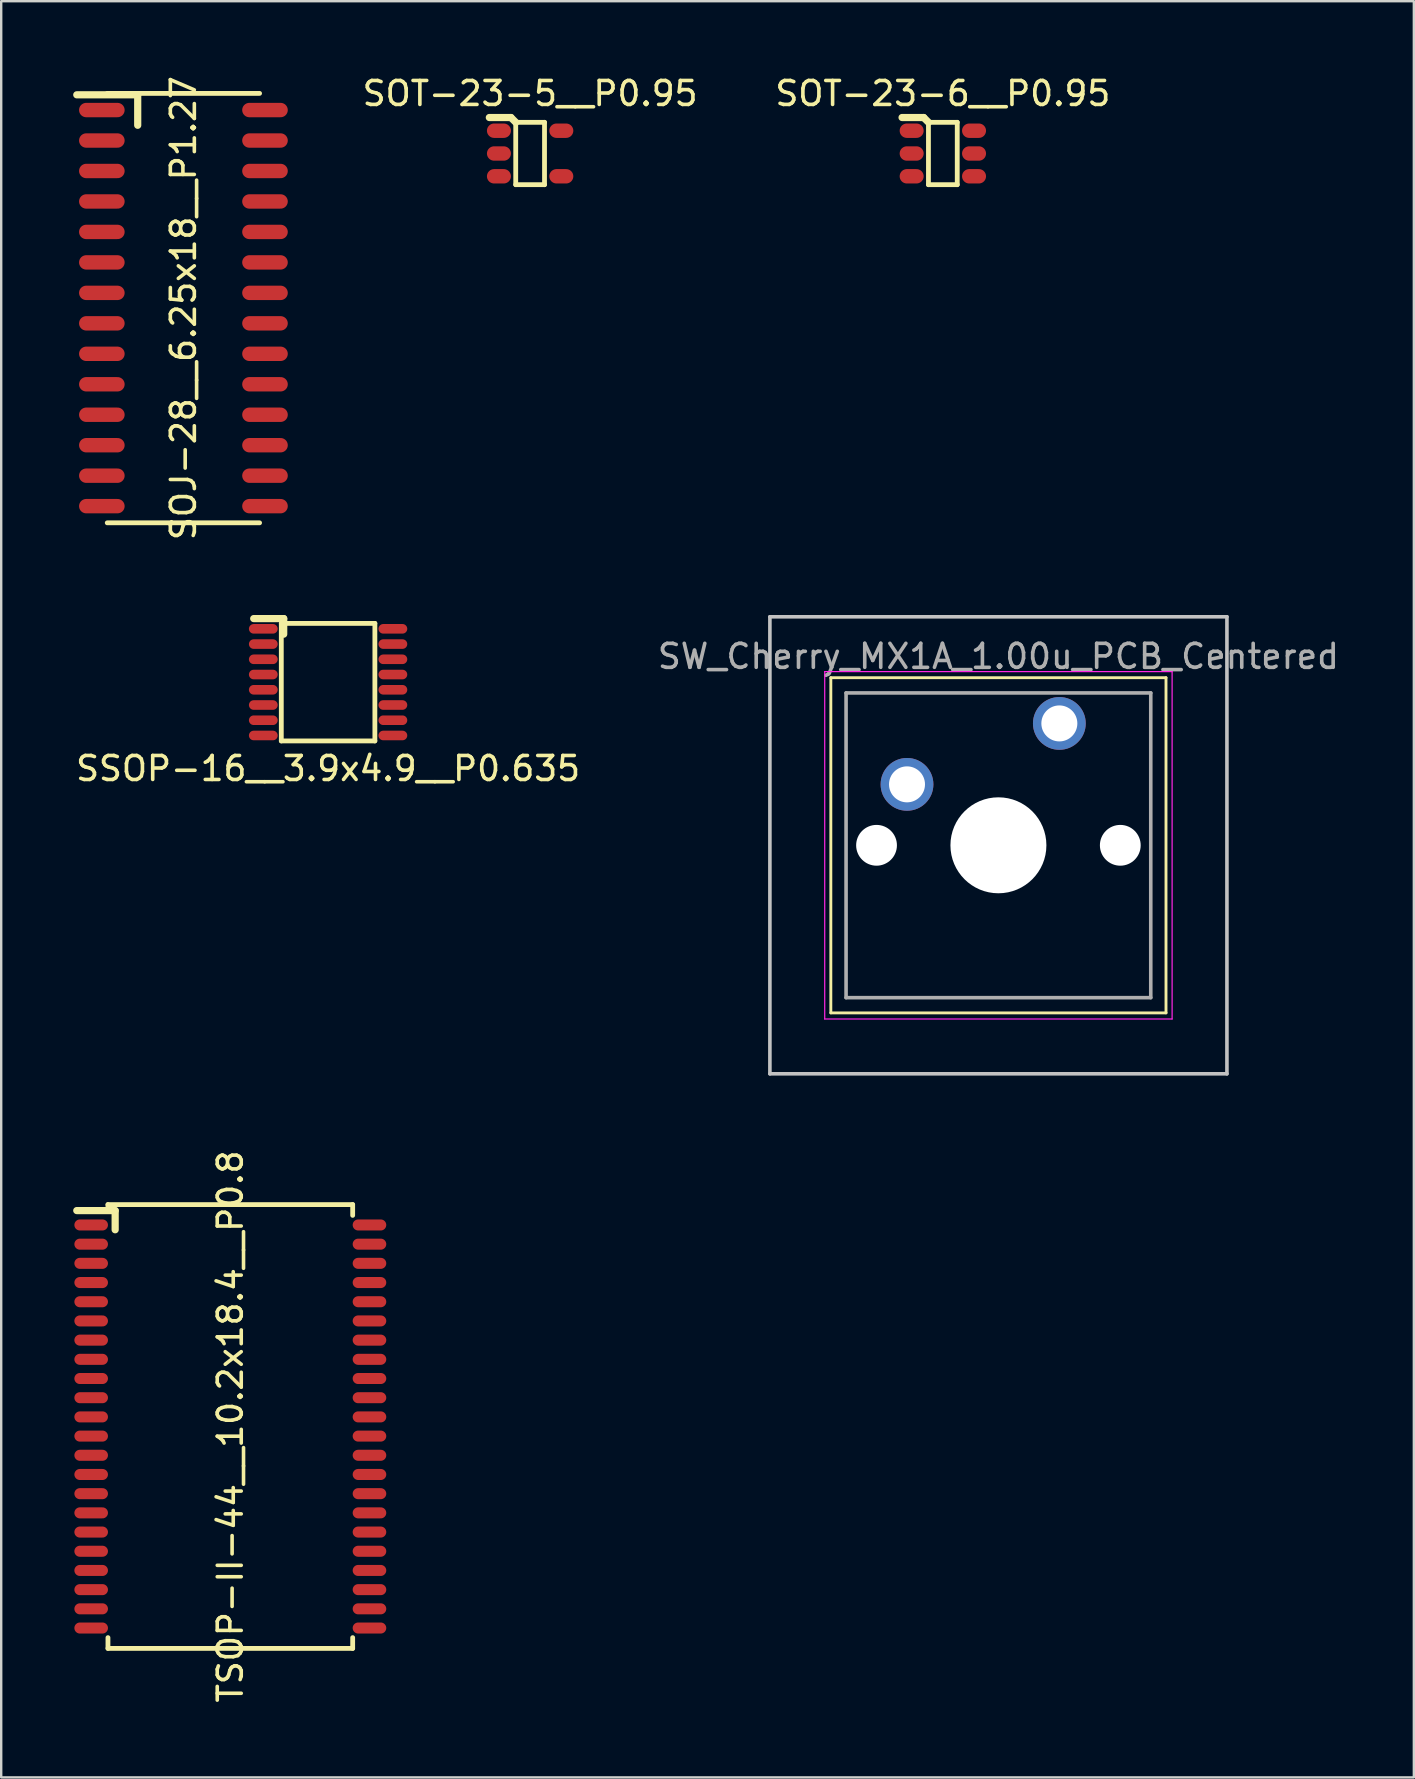
<source format=kicad_pcb>
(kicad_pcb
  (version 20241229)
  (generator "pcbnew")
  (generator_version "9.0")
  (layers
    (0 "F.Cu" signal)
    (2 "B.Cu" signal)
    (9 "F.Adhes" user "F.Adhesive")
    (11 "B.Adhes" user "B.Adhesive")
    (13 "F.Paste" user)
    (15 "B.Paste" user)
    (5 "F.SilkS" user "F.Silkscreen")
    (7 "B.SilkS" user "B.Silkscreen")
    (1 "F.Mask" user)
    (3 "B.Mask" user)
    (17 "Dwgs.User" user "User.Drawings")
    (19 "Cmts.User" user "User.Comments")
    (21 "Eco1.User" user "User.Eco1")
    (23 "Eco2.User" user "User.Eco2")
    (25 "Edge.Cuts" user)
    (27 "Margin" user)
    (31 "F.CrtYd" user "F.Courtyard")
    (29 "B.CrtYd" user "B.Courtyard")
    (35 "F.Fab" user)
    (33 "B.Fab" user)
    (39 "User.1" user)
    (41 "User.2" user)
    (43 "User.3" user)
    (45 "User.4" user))
  (footprint "SOT-23-6__P0.95"
    (layer "F.Cu")
    (at 36.249 3.348)
    (property "Reference" "SOT-23-6__P0.95" (at 0 -2.5 0) (layer "F.SilkS") (effects (font (size 1 1) (thickness 0.15))))
    (attr smd)
    (fp_line (start -0.8 -1.5) (end -1.7 -1.5) (stroke (width 0.3) (type solid)) (layer "F.SilkS"))
    (fp_line (start -0.6 -1.3) (end -0.8 -1.5) (stroke (width 0.3) (type solid)) (layer "F.SilkS"))
    (fp_line (start -0.6 -1.3) (end -0.6 1.3) (stroke (width 0.2) (type solid)) (layer "F.SilkS"))
    (fp_line (start 0.6 -1.3) (end -0.6 -1.3) (stroke (width 0.2) (type solid)) (layer "F.SilkS"))
    (fp_line (start 0.6 -1.3) (end 0.6 1.3) (stroke (width 0.2) (type solid)) (layer "F.SilkS"))
    (fp_line (start 0.6 1.3) (end -0.6 1.3) (stroke (width 0.2) (type solid)) (layer "F.SilkS"))
    (pad "1" smd oval (at -1.3 -0.95) (size 1 0.6) (layers "F.Cu" "F.Mask" "F.Paste"))
    (pad "2" smd oval (at -1.3 0) (size 1 0.6) (layers "F.Cu" "F.Mask" "F.Paste"))
    (pad "3" smd oval (at -1.3 0.95) (size 1 0.6) (layers "F.Cu" "F.Mask" "F.Paste"))
    (pad "4" smd oval (at 1.3 0.95) (size 1 0.6) (layers "F.Cu" "F.Mask" "F.Paste"))
    (pad "5" smd oval (at 1.3 0) (size 1 0.6) (layers "F.Cu" "F.Mask" "F.Paste"))
    (pad "6" smd oval (at 1.3 -0.95) (size 1 0.6) (layers "F.Cu" "F.Mask" "F.Paste")))
  (footprint "SW_Cherry_MX1A_1.00u_PCB_Centered"
    (layer "F.Cu")
    (at 38.565 32.183)
    (property "Reference" "SW_Cherry_MX1A_1.00u_PCB_Centered" (at 0 -7.874 0) (layer "F.Fab") (effects (font (size 1 1) (thickness 0.15))))
    (attr through_hole)
    (fp_line (start -6.985 -6.985) (end 6.985 -6.985) (stroke (width 0.12) (type solid)) (layer "F.SilkS"))
    (fp_line (start -6.985 6.985) (end -6.985 -6.985) (stroke (width 0.12) (type solid)) (layer "F.SilkS"))
    (fp_line (start 6.985 -6.985) (end 6.985 6.985) (stroke (width 0.12) (type solid)) (layer "F.SilkS"))
    (fp_line (start 6.985 6.985) (end -6.985 6.985) (stroke (width 0.12) (type solid)) (layer "F.SilkS"))
    (fp_line (start -9.525 -9.525) (end 9.525 -9.525) (stroke (width 0.15) (type solid)) (layer "Dwgs.User"))
    (fp_line (start -9.525 9.525) (end -9.525 -9.525) (stroke (width 0.15) (type solid)) (layer "Dwgs.User"))
    (fp_line (start 9.525 -9.525) (end 9.525 9.525) (stroke (width 0.15) (type solid)) (layer "Dwgs.User"))
    (fp_line (start 9.525 9.525) (end -9.525 9.525) (stroke (width 0.15) (type solid)) (layer "Dwgs.User"))
    (fp_line (start -7.24 -7.24) (end 7.24 -7.24) (stroke (width 0.05) (type solid)) (layer "F.CrtYd"))
    (fp_line (start -7.24 7.24) (end -7.24 -7.24) (stroke (width 0.05) (type solid)) (layer "F.CrtYd"))
    (fp_line (start 7.24 -7.24) (end 7.24 7.24) (stroke (width 0.05) (type solid)) (layer "F.CrtYd"))
    (fp_line (start 7.24 7.24) (end -7.24 7.24) (stroke (width 0.05) (type solid)) (layer "F.CrtYd"))
    (fp_line (start -6.35 -6.35) (end 6.35 -6.35) (stroke (width 0.15) (type solid)) (layer "F.Fab"))
    (fp_line (start -6.35 6.35) (end -6.35 -6.35) (stroke (width 0.15) (type solid)) (layer "F.Fab"))
    (fp_line (start -2.54 5.08) (end 2.54 5.08) (stroke (width 0.001) (type solid)) (layer "F.Fab"))
    (fp_line (start 0 3.81) (end 0 6.35) (stroke (width 0.001) (type solid)) (layer "F.Fab"))
    (fp_line (start 6.35 -6.35) (end 6.35 6.35) (stroke (width 0.15) (type solid)) (layer "F.Fab"))
    (fp_line (start 6.35 6.35) (end -6.35 6.35) (stroke (width 0.15) (type solid)) (layer "F.Fab"))
    (pad "" np_thru_hole circle (at -5.08 0) (size 1.7 1.7) (drill 1.7) (layers "*.Cu" "*.Mask"))
    (pad "" np_thru_hole circle (at 0 0) (size 4 4) (drill 4) (layers "*.Cu" "*.Mask"))
    (pad "" np_thru_hole circle (at 5.08 0) (size 1.7 1.7) (drill 1.7) (layers "*.Cu" "*.Mask"))
    (pad "1" thru_hole circle (at 2.54 -5.08) (size 2.2 2.2) (drill 1.5) (layers "*.Cu" "*.Mask"))
    (pad "2" thru_hole circle (at -3.81 -2.54) (size 2.2 2.2) (drill 1.5) (layers "*.Cu" "*.Mask")))
  (footprint "SSOP-16__3.9x4.9__P0.635"
    (layer "F.Cu")
    (at 10.625 25.383)
    (property "Reference" "SSOP-16__3.9x4.9__P0.635" (at 0 3.6 0) (layer "F.SilkS") (effects (font (size 1 1) (thickness 0.15))))
    (attr smd)
    (fp_line (start -1.95 -2.45) (end -1.95 2.45) (stroke (width 0.2) (type solid)) (layer "F.SilkS"))
    (fp_line (start -1.95 2.45) (end 1.95 2.45) (stroke (width 0.2) (type solid)) (layer "F.SilkS"))
    (fp_line (start -1.85 -2.65) (end -3.1 -2.65) (stroke (width 0.3) (type solid)) (layer "F.SilkS"))
    (fp_line (start -1.85 -2) (end -1.85 -2.65) (stroke (width 0.3) (type solid)) (layer "F.SilkS"))
    (fp_line (start 1.95 -2.45) (end -1.95 -2.45) (stroke (width 0.2) (type solid)) (layer "F.SilkS"))
    (fp_line (start 1.95 2.45) (end 1.95 -2.45) (stroke (width 0.2) (type solid)) (layer "F.SilkS"))
    (pad "1" smd oval (at -2.7 -2.223) (size 1.2 0.4) (layers "F.Cu" "F.Mask" "F.Paste"))
    (pad "2" smd oval (at -2.7 -1.587) (size 1.2 0.4) (layers "F.Cu" "F.Mask" "F.Paste"))
    (pad "3" smd oval (at -2.7 -0.953) (size 1.2 0.4) (layers "F.Cu" "F.Mask" "F.Paste"))
    (pad "4" smd oval (at -2.7 -0.318) (size 1.2 0.4) (layers "F.Cu" "F.Mask" "F.Paste"))
    (pad "5" smd oval (at -2.7 0.318) (size 1.2 0.4) (layers "F.Cu" "F.Mask" "F.Paste"))
    (pad "6" smd oval (at -2.7 0.953) (size 1.2 0.4) (layers "F.Cu" "F.Mask" "F.Paste"))
    (pad "7" smd oval (at -2.7 1.587) (size 1.2 0.4) (layers "F.Cu" "F.Mask" "F.Paste"))
    (pad "8" smd oval (at -2.7 2.223) (size 1.2 0.4) (layers "F.Cu" "F.Mask" "F.Paste"))
    (pad "9" smd oval (at 2.7 2.223) (size 1.2 0.4) (layers "F.Cu" "F.Mask" "F.Paste"))
    (pad "10" smd oval (at 2.7 1.587) (size 1.2 0.4) (layers "F.Cu" "F.Mask" "F.Paste"))
    (pad "11" smd oval (at 2.7 0.953) (size 1.2 0.4) (layers "F.Cu" "F.Mask" "F.Paste"))
    (pad "12" smd oval (at 2.7 0.318) (size 1.2 0.4) (layers "F.Cu" "F.Mask" "F.Paste"))
    (pad "13" smd oval (at 2.7 -0.318) (size 1.2 0.4) (layers "F.Cu" "F.Mask" "F.Paste"))
    (pad "14" smd oval (at 2.7 -0.953) (size 1.2 0.4) (layers "F.Cu" "F.Mask" "F.Paste"))
    (pad "15" smd oval (at 2.7 -1.587) (size 1.2 0.4) (layers "F.Cu" "F.Mask" "F.Paste"))
    (pad "16" smd oval (at 2.7 -2.223) (size 1.2 0.4) (layers "F.Cu" "F.Mask" "F.Paste")))
  (footprint "SOJ-28__6.25x18__P1.27"
    (layer "F.Cu")
    (at 4.595 9.792)
    (property "Reference" "SOJ-28__6.25x18__P1.27" (at 0 0 90) (layer "F.SilkS") (effects (font (size 1 1) (thickness 0.15))))
    (attr smd)
    (fp_line (start -3.175 8.95) (end 3.175 8.95) (stroke (width 0.2) (type solid)) (layer "F.SilkS"))
    (fp_line (start -1.905 -8.89) (end -4.445 -8.89) (stroke (width 0.3) (type solid)) (layer "F.SilkS"))
    (fp_line (start -1.905 -7.62) (end -1.905 -8.89) (stroke (width 0.3) (type solid)) (layer "F.SilkS"))
    (fp_line (start 3.175 -8.95) (end -3.175 -8.95) (stroke (width 0.2) (type solid)) (layer "F.SilkS"))
    (pad "1" smd oval (at -3.4 -8.255) (size 1.9 0.6) (layers "F.Cu" "F.Mask" "F.Paste"))
    (pad "2" smd oval (at -3.4 -6.985) (size 1.9 0.6) (layers "F.Cu" "F.Mask" "F.Paste"))
    (pad "3" smd oval (at -3.4 -5.715) (size 1.9 0.6) (layers "F.Cu" "F.Mask" "F.Paste"))
    (pad "4" smd oval (at -3.4 -4.445) (size 1.9 0.6) (layers "F.Cu" "F.Mask" "F.Paste"))
    (pad "5" smd oval (at -3.4 -3.175) (size 1.9 0.6) (layers "F.Cu" "F.Mask" "F.Paste"))
    (pad "6" smd oval (at -3.4 -1.905) (size 1.9 0.6) (layers "F.Cu" "F.Mask" "F.Paste"))
    (pad "7" smd oval (at -3.4 -0.635) (size 1.9 0.6) (layers "F.Cu" "F.Mask" "F.Paste"))
    (pad "8" smd oval (at -3.4 0.635) (size 1.9 0.6) (layers "F.Cu" "F.Mask" "F.Paste"))
    (pad "9" smd oval (at -3.4 1.905) (size 1.9 0.6) (layers "F.Cu" "F.Mask" "F.Paste"))
    (pad "10" smd oval (at -3.4 3.175) (size 1.9 0.6) (layers "F.Cu" "F.Mask" "F.Paste"))
    (pad "11" smd oval (at -3.4 4.445) (size 1.9 0.6) (layers "F.Cu" "F.Mask" "F.Paste"))
    (pad "12" smd oval (at -3.4 5.715) (size 1.9 0.6) (layers "F.Cu" "F.Mask" "F.Paste"))
    (pad "13" smd oval (at -3.4 6.985) (size 1.9 0.6) (layers "F.Cu" "F.Mask" "F.Paste"))
    (pad "14" smd oval (at -3.4 8.255) (size 1.9 0.6) (layers "F.Cu" "F.Mask" "F.Paste"))
    (pad "15" smd oval (at 3.4 8.255) (size 1.9 0.6) (layers "F.Cu" "F.Mask" "F.Paste"))
    (pad "16" smd oval (at 3.4 6.985) (size 1.9 0.6) (layers "F.Cu" "F.Mask" "F.Paste"))
    (pad "17" smd oval (at 3.4 5.715) (size 1.9 0.6) (layers "F.Cu" "F.Mask" "F.Paste"))
    (pad "18" smd oval (at 3.4 4.445) (size 1.9 0.6) (layers "F.Cu" "F.Mask" "F.Paste"))
    (pad "19" smd oval (at 3.4 3.175) (size 1.9 0.6) (layers "F.Cu" "F.Mask" "F.Paste"))
    (pad "20" smd oval (at 3.4 1.905) (size 1.9 0.6) (layers "F.Cu" "F.Mask" "F.Paste"))
    (pad "21" smd oval (at 3.4 0.635) (size 1.9 0.6) (layers "F.Cu" "F.Mask" "F.Paste"))
    (pad "22" smd oval (at 3.4 -0.635) (size 1.9 0.6) (layers "F.Cu" "F.Mask" "F.Paste"))
    (pad "23" smd oval (at 3.4 -1.905) (size 1.9 0.6) (layers "F.Cu" "F.Mask" "F.Paste"))
    (pad "24" smd oval (at 3.4 -3.175) (size 1.9 0.6) (layers "F.Cu" "F.Mask" "F.Paste"))
    (pad "25" smd oval (at 3.4 -4.445) (size 1.9 0.6) (layers "F.Cu" "F.Mask" "F.Paste"))
    (pad "26" smd oval (at 3.4 -5.715) (size 1.9 0.6) (layers "F.Cu" "F.Mask" "F.Paste"))
    (pad "27" smd oval (at 3.4 -6.985) (size 1.9 0.6) (layers "F.Cu" "F.Mask" "F.Paste"))
    (pad "28" smd oval (at 3.4 -8.255) (size 1.9 0.6) (layers "F.Cu" "F.Mask" "F.Paste")))
  (footprint "SOT-23-5__P0.95"
    (layer "F.Cu")
    (at 19.046 3.348)
    (property "Reference" "SOT-23-5__P0.95" (at 0 -2.5 0) (layer "F.SilkS") (effects (font (size 1 1) (thickness 0.15))))
    (attr smd)
    (fp_line (start -0.8 -1.5) (end -1.7 -1.5) (stroke (width 0.3) (type solid)) (layer "F.SilkS"))
    (fp_line (start -0.6 -1.3) (end -0.8 -1.5) (stroke (width 0.3) (type solid)) (layer "F.SilkS"))
    (fp_line (start -0.6 -1.3) (end -0.6 1.3) (stroke (width 0.2) (type solid)) (layer "F.SilkS"))
    (fp_line (start 0.6 -1.3) (end -0.6 -1.3) (stroke (width 0.2) (type solid)) (layer "F.SilkS"))
    (fp_line (start 0.6 -1.3) (end 0.6 1.3) (stroke (width 0.2) (type solid)) (layer "F.SilkS"))
    (fp_line (start 0.6 1.3) (end -0.6 1.3) (stroke (width 0.2) (type solid)) (layer "F.SilkS"))
    (pad "1" smd oval (at -1.3 -0.95) (size 1 0.6) (layers "F.Cu" "F.Mask" "F.Paste"))
    (pad "2" smd oval (at -1.3 0) (size 1 0.6) (layers "F.Cu" "F.Mask" "F.Paste"))
    (pad "3" smd oval (at -1.3 0.95) (size 1 0.6) (layers "F.Cu" "F.Mask" "F.Paste"))
    (pad "4" smd oval (at 1.3 0.95) (size 1 0.6) (layers "F.Cu" "F.Mask" "F.Paste"))
    (pad "5" smd oval (at 1.3 -0.95) (size 1 0.6) (layers "F.Cu" "F.Mask" "F.Paste")))
  (footprint "TSOP-II-44__10.2x18.4__P0.8"
    (layer "F.Cu")
    (at 6.55 56.408)
    (property "Reference" "TSOP-II-44__10.2x18.4__P0.8" (at 0 0 90) (layer "F.SilkS") (effects (font (size 1 1) (thickness 0.15))))
    (attr smd)
    (fp_line (start -5.1 -9.25) (end -5.1 -9) (stroke (width 0.2) (type solid)) (layer "F.SilkS"))
    (fp_line (start -5.1 8.8) (end -5.1 9.25) (stroke (width 0.2) (type solid)) (layer "F.SilkS"))
    (fp_line (start -5.1 9.25) (end 5.1 9.25) (stroke (width 0.2) (type solid)) (layer "F.SilkS"))
    (fp_line (start -4.8 -9) (end -6.4 -9) (stroke (width 0.3) (type solid)) (layer "F.SilkS"))
    (fp_line (start -4.8 -9) (end -4.8 -8.2) (stroke (width 0.3) (type solid)) (layer "F.SilkS"))
    (fp_line (start 5.1 -9.25) (end -5.1 -9.25) (stroke (width 0.2) (type solid)) (layer "F.SilkS"))
    (fp_line (start 5.1 -8.8) (end 5.1 -9.25) (stroke (width 0.2) (type solid)) (layer "F.SilkS"))
    (fp_line (start 5.1 9.25) (end 5.1 8.8) (stroke (width 0.2) (type solid)) (layer "F.SilkS"))
    (pad "1" smd oval (at -5.8 -8.4) (size 1.4 0.46) (layers "F.Cu" "F.Mask" "F.Paste"))
    (pad "2" smd oval (at -5.8 -7.6) (size 1.4 0.46) (layers "F.Cu" "F.Mask" "F.Paste"))
    (pad "3" smd oval (at -5.8 -6.8) (size 1.4 0.46) (layers "F.Cu" "F.Mask" "F.Paste"))
    (pad "4" smd oval (at -5.8 -6) (size 1.4 0.46) (layers "F.Cu" "F.Mask" "F.Paste"))
    (pad "5" smd oval (at -5.8 -5.2) (size 1.4 0.46) (layers "F.Cu" "F.Mask" "F.Paste"))
    (pad "6" smd oval (at -5.8 -4.4) (size 1.4 0.46) (layers "F.Cu" "F.Mask" "F.Paste"))
    (pad "7" smd oval (at -5.8 -3.6) (size 1.4 0.46) (layers "F.Cu" "F.Mask" "F.Paste"))
    (pad "8" smd oval (at -5.8 -2.8) (size 1.4 0.46) (layers "F.Cu" "F.Mask" "F.Paste"))
    (pad "9" smd oval (at -5.8 -2) (size 1.4 0.46) (layers "F.Cu" "F.Mask" "F.Paste"))
    (pad "10" smd oval (at -5.8 -1.2) (size 1.4 0.46) (layers "F.Cu" "F.Mask" "F.Paste"))
    (pad "11" smd oval (at -5.8 -0.4) (size 1.4 0.46) (layers "F.Cu" "F.Mask" "F.Paste"))
    (pad "12" smd oval (at -5.8 0.4) (size 1.4 0.46) (layers "F.Cu" "F.Mask" "F.Paste"))
    (pad "13" smd oval (at -5.8 1.2) (size 1.4 0.46) (layers "F.Cu" "F.Mask" "F.Paste"))
    (pad "14" smd oval (at -5.8 2) (size 1.4 0.46) (layers "F.Cu" "F.Mask" "F.Paste"))
    (pad "15" smd oval (at -5.8 2.8) (size 1.4 0.46) (layers "F.Cu" "F.Mask" "F.Paste"))
    (pad "16" smd oval (at -5.8 3.6) (size 1.4 0.46) (layers "F.Cu" "F.Mask" "F.Paste"))
    (pad "17" smd oval (at -5.8 4.4) (size 1.4 0.46) (layers "F.Cu" "F.Mask" "F.Paste"))
    (pad "18" smd oval (at -5.8 5.2) (size 1.4 0.46) (layers "F.Cu" "F.Mask" "F.Paste"))
    (pad "19" smd oval (at -5.8 6) (size 1.4 0.46) (layers "F.Cu" "F.Mask" "F.Paste"))
    (pad "20" smd oval (at -5.8 6.8) (size 1.4 0.46) (layers "F.Cu" "F.Mask" "F.Paste"))
    (pad "21" smd oval (at -5.8 7.6) (size 1.4 0.46) (layers "F.Cu" "F.Mask" "F.Paste"))
    (pad "22" smd oval (at -5.8 8.4) (size 1.4 0.46) (layers "F.Cu" "F.Mask" "F.Paste"))
    (pad "23" smd oval (at 5.8 8.4) (size 1.4 0.46) (layers "F.Cu" "F.Mask" "F.Paste"))
    (pad "24" smd oval (at 5.8 7.6) (size 1.4 0.46) (layers "F.Cu" "F.Mask" "F.Paste"))
    (pad "25" smd oval (at 5.8 6.8) (size 1.4 0.46) (layers "F.Cu" "F.Mask" "F.Paste"))
    (pad "26" smd oval (at 5.8 6) (size 1.4 0.46) (layers "F.Cu" "F.Mask" "F.Paste"))
    (pad "27" smd oval (at 5.8 5.2) (size 1.4 0.46) (layers "F.Cu" "F.Mask" "F.Paste"))
    (pad "28" smd oval (at 5.8 4.4) (size 1.4 0.46) (layers "F.Cu" "F.Mask" "F.Paste"))
    (pad "29" smd oval (at 5.8 3.6) (size 1.4 0.46) (layers "F.Cu" "F.Mask" "F.Paste"))
    (pad "30" smd oval (at 5.8 2.8) (size 1.4 0.46) (layers "F.Cu" "F.Mask" "F.Paste"))
    (pad "31" smd oval (at 5.8 2) (size 1.4 0.46) (layers "F.Cu" "F.Mask" "F.Paste"))
    (pad "32" smd oval (at 5.8 1.2) (size 1.4 0.46) (layers "F.Cu" "F.Mask" "F.Paste"))
    (pad "33" smd oval (at 5.8 0.4) (size 1.4 0.46) (layers "F.Cu" "F.Mask" "F.Paste"))
    (pad "34" smd oval (at 5.8 -0.4) (size 1.4 0.46) (layers "F.Cu" "F.Mask" "F.Paste"))
    (pad "35" smd oval (at 5.8 -1.2) (size 1.4 0.46) (layers "F.Cu" "F.Mask" "F.Paste"))
    (pad "36" smd oval (at 5.8 -2) (size 1.4 0.46) (layers "F.Cu" "F.Mask" "F.Paste"))
    (pad "37" smd oval (at 5.8 -2.8) (size 1.4 0.46) (layers "F.Cu" "F.Mask" "F.Paste"))
    (pad "38" smd oval (at 5.8 -3.6) (size 1.4 0.46) (layers "F.Cu" "F.Mask" "F.Paste"))
    (pad "39" smd oval (at 5.8 -4.4) (size 1.4 0.46) (layers "F.Cu" "F.Mask" "F.Paste"))
    (pad "40" smd oval (at 5.8 -5.2) (size 1.4 0.46) (layers "F.Cu" "F.Mask" "F.Paste"))
    (pad "41" smd oval (at 5.8 -6) (size 1.4 0.46) (layers "F.Cu" "F.Mask" "F.Paste"))
    (pad "42" smd oval (at 5.8 -6.8) (size 1.4 0.46) (layers "F.Cu" "F.Mask" "F.Paste"))
    (pad "43" smd oval (at 5.8 -7.6) (size 1.4 0.46) (layers "F.Cu" "F.Mask" "F.Paste"))
    (pad "44" smd oval (at 5.8 -8.4) (size 1.4 0.46) (layers "F.Cu" "F.Mask" "F.Paste")))
  (gr_rect
    (start -3 -3)
    (end 55.881 71.033)
    (stroke (width 0.1) (type default))
    (fill no)
    (layer "Edge.Cuts")))
</source>
